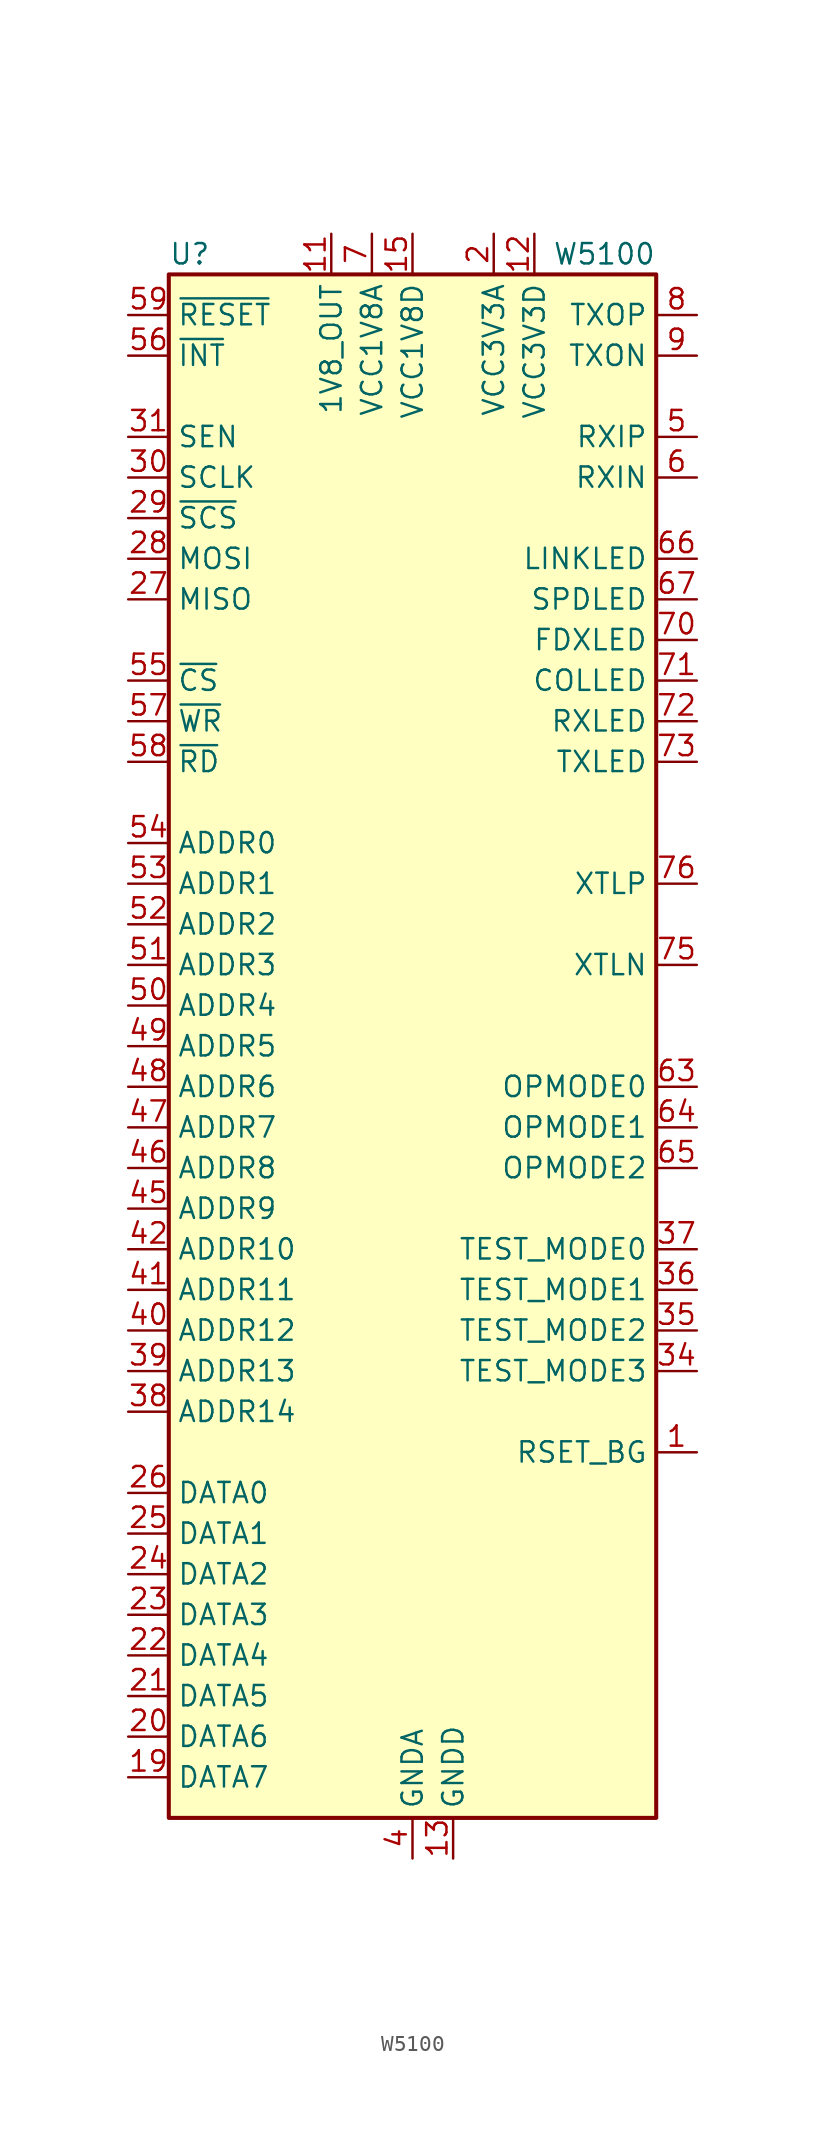
<source format=kicad_sym>
(kicad_symbol_lib
  (version 20201005)
  (generator kicad_symbol_editor)
  (symbol "Interface_Ethernet:W5100"
    (property "Reference" "U"
      (at -15.24 49.53 0)
      (effects (font (size 1.27 1.27)) (justify left)))
    (property "Value" "W5100"
      (at 15.24 49.53 0)
      (effects (font (size 1.27 1.27)) (justify right)))
    (symbol "W5100_0_1"
      (rectangle (start -15.24 48.26) (end 15.24 -48.26) (stroke (width 0.254)) (fill (type background))))
    (symbol "W5100_1_1"
      (pin output line (at 17.78 -25.4 180) (length 2.54) (name "RSET_BG" (effects (font (size 1.27 1.27)))) (number "1" (effects (font (size 1.27 1.27)))))
      (pin passive line (at 0 -50.8 90) (length 2.54) hide (name "GNDA" (effects (font (size 1.27 1.27)))) (number "10" (effects (font (size 1.27 1.27)))))
      (pin power_out line (at -5.08 50.8 270) (length 2.54) (name "1V8_OUT" (effects (font (size 1.27 1.27)))) (number "11" (effects (font (size 1.27 1.27)))))
      (pin power_in line (at 7.62 50.8 270) (length 2.54) (name "VCC3V3D" (effects (font (size 1.27 1.27)))) (number "12" (effects (font (size 1.27 1.27)))))
      (pin power_in line (at 2.54 -50.8 90) (length 2.54) (name "GNDD" (effects (font (size 1.27 1.27)))) (number "13" (effects (font (size 1.27 1.27)))))
      (pin passive line (at 2.54 -50.8 90) (length 2.54) hide (name "GNDD" (effects (font (size 1.27 1.27)))) (number "14" (effects (font (size 1.27 1.27)))))
      (pin power_in line (at 0 50.8 270) (length 2.54) (name "VCC1V8D" (effects (font (size 1.27 1.27)))) (number "15" (effects (font (size 1.27 1.27)))))
      (pin passive line (at 0 50.8 270) (length 2.54) hide (name "VCC1V8D" (effects (font (size 1.27 1.27)))) (number "16" (effects (font (size 1.27 1.27)))))
      (pin passive line (at 2.54 -50.8 90) (length 2.54) hide (name "GNDD" (effects (font (size 1.27 1.27)))) (number "17" (effects (font (size 1.27 1.27)))))
      (pin passive line (at 7.62 50.8 270) (length 2.54) hide (name "VCC3V3D" (effects (font (size 1.27 1.27)))) (number "18" (effects (font (size 1.27 1.27)))))
      (pin bidirectional line (at -17.78 -45.72 0) (length 2.54) (name "DATA7" (effects (font (size 1.27 1.27)))) (number "19" (effects (font (size 1.27 1.27)))))
      (pin power_in line (at 5.08 50.8 270) (length 2.54) (name "VCC3V3A" (effects (font (size 1.27 1.27)))) (number "2" (effects (font (size 1.27 1.27)))))
      (pin bidirectional line (at -17.78 -43.18 0) (length 2.54) (name "DATA6" (effects (font (size 1.27 1.27)))) (number "20" (effects (font (size 1.27 1.27)))))
      (pin bidirectional line (at -17.78 -40.64 0) (length 2.54) (name "DATA5" (effects (font (size 1.27 1.27)))) (number "21" (effects (font (size 1.27 1.27)))))
      (pin bidirectional line (at -17.78 -38.1 0) (length 2.54) (name "DATA4" (effects (font (size 1.27 1.27)))) (number "22" (effects (font (size 1.27 1.27)))))
      (pin bidirectional line (at -17.78 -35.56 0) (length 2.54) (name "DATA3" (effects (font (size 1.27 1.27)))) (number "23" (effects (font (size 1.27 1.27)))))
      (pin bidirectional line (at -17.78 -33.02 0) (length 2.54) (name "DATA2" (effects (font (size 1.27 1.27)))) (number "24" (effects (font (size 1.27 1.27)))))
      (pin bidirectional line (at -17.78 -30.48 0) (length 2.54) (name "DATA1" (effects (font (size 1.27 1.27)))) (number "25" (effects (font (size 1.27 1.27)))))
      (pin bidirectional line (at -17.78 -27.94 0) (length 2.54) (name "DATA0" (effects (font (size 1.27 1.27)))) (number "26" (effects (font (size 1.27 1.27)))))
      (pin output line (at -17.78 27.94 0) (length 2.54) (name "MISO" (effects (font (size 1.27 1.27)))) (number "27" (effects (font (size 1.27 1.27)))))
      (pin input line (at -17.78 30.48 0) (length 2.54) (name "MOSI" (effects (font (size 1.27 1.27)))) (number "28" (effects (font (size 1.27 1.27)))))
      (pin input line (at -17.78 33.02 0) (length 2.54) (name "~SCS" (effects (font (size 1.27 1.27)))) (number "29" (effects (font (size 1.27 1.27)))))
      (pin no_connect line (at 15.24 -30.48 180) (length 2.54) hide (name "NC" (effects (font (size 1.27 1.27)))) (number "3" (effects (font (size 1.27 1.27)))))
      (pin input line (at -17.78 35.56 0) (length 2.54) (name "SCLK" (effects (font (size 1.27 1.27)))) (number "30" (effects (font (size 1.27 1.27)))))
      (pin input line (at -17.78 38.1 0) (length 2.54) (name "SEN" (effects (font (size 1.27 1.27)))) (number "31" (effects (font (size 1.27 1.27)))))
      (pin passive line (at 2.54 -50.8 90) (length 2.54) hide (name "GNDD" (effects (font (size 1.27 1.27)))) (number "32" (effects (font (size 1.27 1.27)))))
      (pin passive line (at 0 50.8 270) (length 2.54) hide (name "VCC1V8D" (effects (font (size 1.27 1.27)))) (number "33" (effects (font (size 1.27 1.27)))))
      (pin input line (at 17.78 -20.32 180) (length 2.54) (name "TEST_MODE3" (effects (font (size 1.27 1.27)))) (number "34" (effects (font (size 1.27 1.27)))))
      (pin input line (at 17.78 -17.78 180) (length 2.54) (name "TEST_MODE2" (effects (font (size 1.27 1.27)))) (number "35" (effects (font (size 1.27 1.27)))))
      (pin input line (at 17.78 -15.24 180) (length 2.54) (name "TEST_MODE1" (effects (font (size 1.27 1.27)))) (number "36" (effects (font (size 1.27 1.27)))))
      (pin input line (at 17.78 -12.7 180) (length 2.54) (name "TEST_MODE0" (effects (font (size 1.27 1.27)))) (number "37" (effects (font (size 1.27 1.27)))))
      (pin input line (at -17.78 -22.86 0) (length 2.54) (name "ADDR14" (effects (font (size 1.27 1.27)))) (number "38" (effects (font (size 1.27 1.27)))))
      (pin input line (at -17.78 -20.32 0) (length 2.54) (name "ADDR13" (effects (font (size 1.27 1.27)))) (number "39" (effects (font (size 1.27 1.27)))))
      (pin power_in line (at 0 -50.8 90) (length 2.54) (name "GNDA" (effects (font (size 1.27 1.27)))) (number "4" (effects (font (size 1.27 1.27)))))
      (pin input line (at -17.78 -17.78 0) (length 2.54) (name "ADDR12" (effects (font (size 1.27 1.27)))) (number "40" (effects (font (size 1.27 1.27)))))
      (pin input line (at -17.78 -15.24 0) (length 2.54) (name "ADDR11" (effects (font (size 1.27 1.27)))) (number "41" (effects (font (size 1.27 1.27)))))
      (pin input line (at -17.78 -12.7 0) (length 2.54) (name "ADDR10" (effects (font (size 1.27 1.27)))) (number "42" (effects (font (size 1.27 1.27)))))
      (pin passive line (at 2.54 -50.8 90) (length 2.54) hide (name "GNDD" (effects (font (size 1.27 1.27)))) (number "43" (effects (font (size 1.27 1.27)))))
      (pin passive line (at 7.62 50.8 270) (length 2.54) hide (name "VCC3V3D" (effects (font (size 1.27 1.27)))) (number "44" (effects (font (size 1.27 1.27)))))
      (pin input line (at -17.78 -10.16 0) (length 2.54) (name "ADDR9" (effects (font (size 1.27 1.27)))) (number "45" (effects (font (size 1.27 1.27)))))
      (pin input line (at -17.78 -7.62 0) (length 2.54) (name "ADDR8" (effects (font (size 1.27 1.27)))) (number "46" (effects (font (size 1.27 1.27)))))
      (pin input line (at -17.78 -5.08 0) (length 2.54) (name "ADDR7" (effects (font (size 1.27 1.27)))) (number "47" (effects (font (size 1.27 1.27)))))
      (pin input line (at -17.78 -2.54 0) (length 2.54) (name "ADDR6" (effects (font (size 1.27 1.27)))) (number "48" (effects (font (size 1.27 1.27)))))
      (pin input line (at -17.78 0 0) (length 2.54) (name "ADDR5" (effects (font (size 1.27 1.27)))) (number "49" (effects (font (size 1.27 1.27)))))
      (pin input line (at 17.78 38.1 180) (length 2.54) (name "RXIP" (effects (font (size 1.27 1.27)))) (number "5" (effects (font (size 1.27 1.27)))))
      (pin input line (at -17.78 2.54 0) (length 2.54) (name "ADDR4" (effects (font (size 1.27 1.27)))) (number "50" (effects (font (size 1.27 1.27)))))
      (pin input line (at -17.78 5.08 0) (length 2.54) (name "ADDR3" (effects (font (size 1.27 1.27)))) (number "51" (effects (font (size 1.27 1.27)))))
      (pin input line (at -17.78 7.62 0) (length 2.54) (name "ADDR2" (effects (font (size 1.27 1.27)))) (number "52" (effects (font (size 1.27 1.27)))))
      (pin input line (at -17.78 10.16 0) (length 2.54) (name "ADDR1" (effects (font (size 1.27 1.27)))) (number "53" (effects (font (size 1.27 1.27)))))
      (pin input line (at -17.78 12.7 0) (length 2.54) (name "ADDR0" (effects (font (size 1.27 1.27)))) (number "54" (effects (font (size 1.27 1.27)))))
      (pin input line (at -17.78 22.86 0) (length 2.54) (name "~CS" (effects (font (size 1.27 1.27)))) (number "55" (effects (font (size 1.27 1.27)))))
      (pin output line (at -17.78 43.18 0) (length 2.54) (name "~INT" (effects (font (size 1.27 1.27)))) (number "56" (effects (font (size 1.27 1.27)))))
      (pin input line (at -17.78 20.32 0) (length 2.54) (name "~WR" (effects (font (size 1.27 1.27)))) (number "57" (effects (font (size 1.27 1.27)))))
      (pin input line (at -17.78 17.78 0) (length 2.54) (name "~RD" (effects (font (size 1.27 1.27)))) (number "58" (effects (font (size 1.27 1.27)))))
      (pin input line (at -17.78 45.72 0) (length 2.54) (name "~RESET" (effects (font (size 1.27 1.27)))) (number "59" (effects (font (size 1.27 1.27)))))
      (pin input line (at 17.78 35.56 180) (length 2.54) (name "RXIN" (effects (font (size 1.27 1.27)))) (number "6" (effects (font (size 1.27 1.27)))))
      (pin no_connect line (at 15.24 -33.02 180) (length 2.54) hide (name "NC" (effects (font (size 1.27 1.27)))) (number "60" (effects (font (size 1.27 1.27)))))
      (pin no_connect line (at 15.24 -35.56 180) (length 2.54) hide (name "NC" (effects (font (size 1.27 1.27)))) (number "61" (effects (font (size 1.27 1.27)))))
      (pin no_connect line (at 15.24 -38.1 180) (length 2.54) hide (name "NC" (effects (font (size 1.27 1.27)))) (number "62" (effects (font (size 1.27 1.27)))))
      (pin input line (at 17.78 -2.54 180) (length 2.54) (name "OPMODE0" (effects (font (size 1.27 1.27)))) (number "63" (effects (font (size 1.27 1.27)))))
      (pin input line (at 17.78 -5.08 180) (length 2.54) (name "OPMODE1" (effects (font (size 1.27 1.27)))) (number "64" (effects (font (size 1.27 1.27)))))
      (pin input line (at 17.78 -7.62 180) (length 2.54) (name "OPMODE2" (effects (font (size 1.27 1.27)))) (number "65" (effects (font (size 1.27 1.27)))))
      (pin output line (at 17.78 30.48 180) (length 2.54) (name "LINKLED" (effects (font (size 1.27 1.27)))) (number "66" (effects (font (size 1.27 1.27)))))
      (pin output line (at 17.78 27.94 180) (length 2.54) (name "SPDLED" (effects (font (size 1.27 1.27)))) (number "67" (effects (font (size 1.27 1.27)))))
      (pin passive line (at 2.54 -50.8 90) (length 2.54) hide (name "GNDD" (effects (font (size 1.27 1.27)))) (number "68" (effects (font (size 1.27 1.27)))))
      (pin passive line (at 0 50.8 270) (length 2.54) hide (name "VCC1V8D" (effects (font (size 1.27 1.27)))) (number "69" (effects (font (size 1.27 1.27)))))
      (pin power_in line (at -2.54 50.8 270) (length 2.54) (name "VCC1V8A" (effects (font (size 1.27 1.27)))) (number "7" (effects (font (size 1.27 1.27)))))
      (pin output line (at 17.78 25.4 180) (length 2.54) (name "FDXLED" (effects (font (size 1.27 1.27)))) (number "70" (effects (font (size 1.27 1.27)))))
      (pin output line (at 17.78 22.86 180) (length 2.54) (name "COLLED" (effects (font (size 1.27 1.27)))) (number "71" (effects (font (size 1.27 1.27)))))
      (pin output line (at 17.78 20.32 180) (length 2.54) (name "RXLED" (effects (font (size 1.27 1.27)))) (number "72" (effects (font (size 1.27 1.27)))))
      (pin output line (at 17.78 17.78 180) (length 2.54) (name "TXLED" (effects (font (size 1.27 1.27)))) (number "73" (effects (font (size 1.27 1.27)))))
      (pin passive line (at -2.54 50.8 270) (length 2.54) hide (name "VCC1V8A" (effects (font (size 1.27 1.27)))) (number "74" (effects (font (size 1.27 1.27)))))
      (pin input line (at 17.78 5.08 180) (length 2.54) (name "XTLN" (effects (font (size 1.27 1.27)))) (number "75" (effects (font (size 1.27 1.27)))))
      (pin output line (at 17.78 10.16 180) (length 2.54) (name "XTLP" (effects (font (size 1.27 1.27)))) (number "76" (effects (font (size 1.27 1.27)))))
      (pin passive line (at 0 -50.8 90) (length 2.54) hide (name "GNDA" (effects (font (size 1.27 1.27)))) (number "77" (effects (font (size 1.27 1.27)))))
      (pin no_connect line (at 15.24 -40.64 180) (length 2.54) hide (name "NC" (effects (font (size 1.27 1.27)))) (number "78" (effects (font (size 1.27 1.27)))))
      (pin no_connect line (at 15.24 -43.18 180) (length 2.54) hide (name "NC" (effects (font (size 1.27 1.27)))) (number "79" (effects (font (size 1.27 1.27)))))
      (pin output line (at 17.78 45.72 180) (length 2.54) (name "TXOP" (effects (font (size 1.27 1.27)))) (number "8" (effects (font (size 1.27 1.27)))))
      (pin no_connect line (at 15.24 -45.72 180) (length 2.54) hide (name "NC" (effects (font (size 1.27 1.27)))) (number "80" (effects (font (size 1.27 1.27)))))
      (pin output line (at 17.78 43.18 180) (length 2.54) (name "TXON" (effects (font (size 1.27 1.27)))) (number "9" (effects (font (size 1.27 1.27))))))))
</source>
